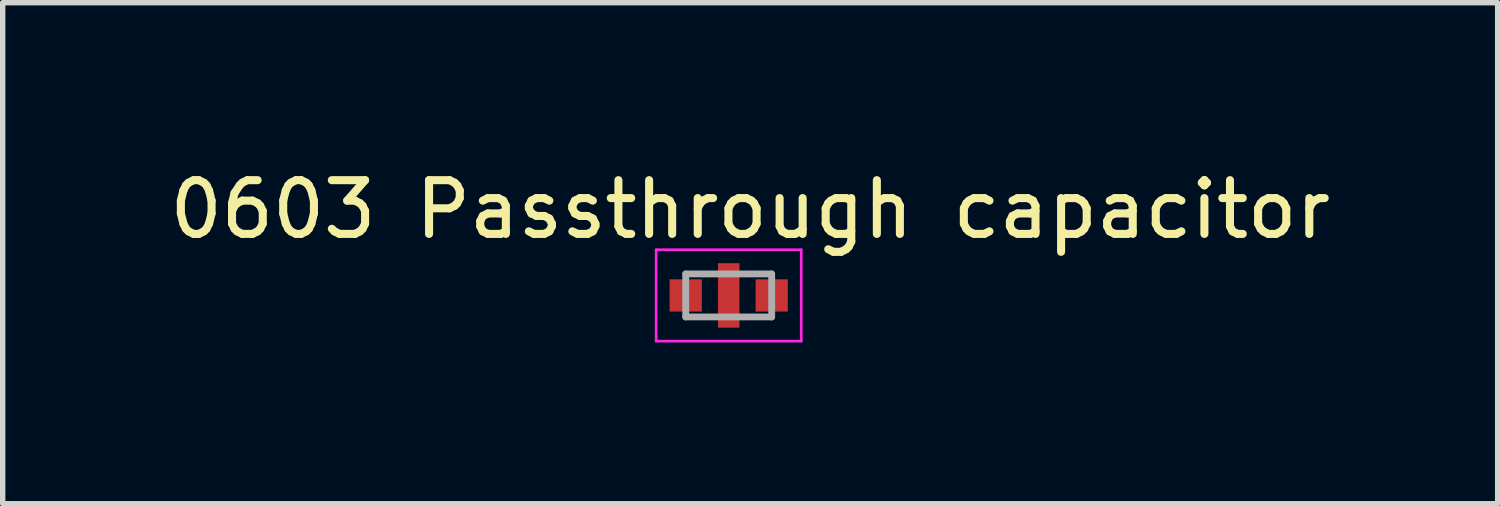
<source format=kicad_pcb>
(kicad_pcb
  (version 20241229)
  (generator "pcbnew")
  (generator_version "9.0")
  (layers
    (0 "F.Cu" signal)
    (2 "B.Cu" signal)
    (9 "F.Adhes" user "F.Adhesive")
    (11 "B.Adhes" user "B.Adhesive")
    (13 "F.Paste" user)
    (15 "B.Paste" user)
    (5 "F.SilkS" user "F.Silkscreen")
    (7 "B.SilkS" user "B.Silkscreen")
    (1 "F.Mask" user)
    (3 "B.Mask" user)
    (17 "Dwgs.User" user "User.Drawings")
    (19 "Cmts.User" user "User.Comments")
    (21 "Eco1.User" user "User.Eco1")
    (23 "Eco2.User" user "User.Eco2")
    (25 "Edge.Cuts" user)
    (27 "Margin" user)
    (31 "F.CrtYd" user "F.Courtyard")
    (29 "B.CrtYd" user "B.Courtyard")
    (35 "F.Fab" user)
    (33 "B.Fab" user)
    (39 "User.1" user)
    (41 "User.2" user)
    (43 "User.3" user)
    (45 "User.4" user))
  (footprint "0603 Passthrough capacitor"
    (layer "F.Cu")
    (at 10.511 2.448)
    (property "Reference" "0603 Passthrough capacitor" (at 0.4 -1.6 0) (layer "F.SilkS") (effects (font (size 1 1) (thickness 0.15))))
    (attr smd)
    (fp_poly (pts (xy -0.25 -0.65) (xy 0.25 -0.65) (xy 0.25 -0.2) (xy -0.25 -0.2)) (stroke (width 0.01) (type solid)) (fill yes) (layer "F.Mask"))
    (fp_poly (pts (xy -0.25 0.2) (xy 0.25 0.2) (xy 0.25 0.65) (xy -0.25 0.65)) (stroke (width 0.01) (type solid)) (fill yes) (layer "F.Mask"))
    (fp_poly (pts (xy -0.2 -0.6) (xy 0.2 -0.6) (xy 0.2 -0.2) (xy -0.2 -0.2)) (stroke (width 0.01) (type solid)) (fill yes) (layer "F.Paste"))
    (fp_poly (pts (xy -0.2 0.2) (xy 0.2 0.2) (xy 0.2 0.6) (xy -0.2 0.6)) (stroke (width 0.01) (type solid)) (fill yes) (layer "F.Paste"))
    (fp_line (start -1.35 -0.85) (end -1.35 0.85) (stroke (width 0.05) (type solid)) (layer "F.CrtYd"))
    (fp_line (start -1.35 0.85) (end 1.35 0.85) (stroke (width 0.05) (type solid)) (layer "F.CrtYd"))
    (fp_line (start 1.35 -0.85) (end -1.35 -0.85) (stroke (width 0.05) (type solid)) (layer "F.CrtYd"))
    (fp_line (start 1.35 0.85) (end 1.35 -0.85) (stroke (width 0.05) (type solid)) (layer "F.CrtYd"))
    (fp_line (start -0.8 -0.4) (end 0.8 -0.4) (stroke (width 0.127) (type solid)) (layer "F.Fab"))
    (fp_line (start -0.8 0.4) (end -0.8 -0.4) (stroke (width 0.127) (type solid)) (layer "F.Fab"))
    (fp_line (start 0.8 -0.4) (end 0.8 0.4) (stroke (width 0.127) (type solid)) (layer "F.Fab"))
    (fp_line (start 0.8 0.4) (end -0.8 0.4) (stroke (width 0.127) (type solid)) (layer "F.Fab"))
    (pad "1" smd rect (at -0.8 0) (size 0.6 0.6) (layers "F.Cu" "F.Mask" "F.Paste"))
    (pad "2" smd rect (at 0 0) (size 0.4 1.2) (layers "F.Cu"))
    (pad "3" smd rect (at 0.8 0) (size 0.6 0.6) (layers "F.Cu" "F.Mask" "F.Paste")))
  (gr_rect
    (start -3 -3)
    (end 24.821 6.323)
    (stroke (width 0.1) (type default))
    (fill no)
    (layer "Edge.Cuts")))
</source>
